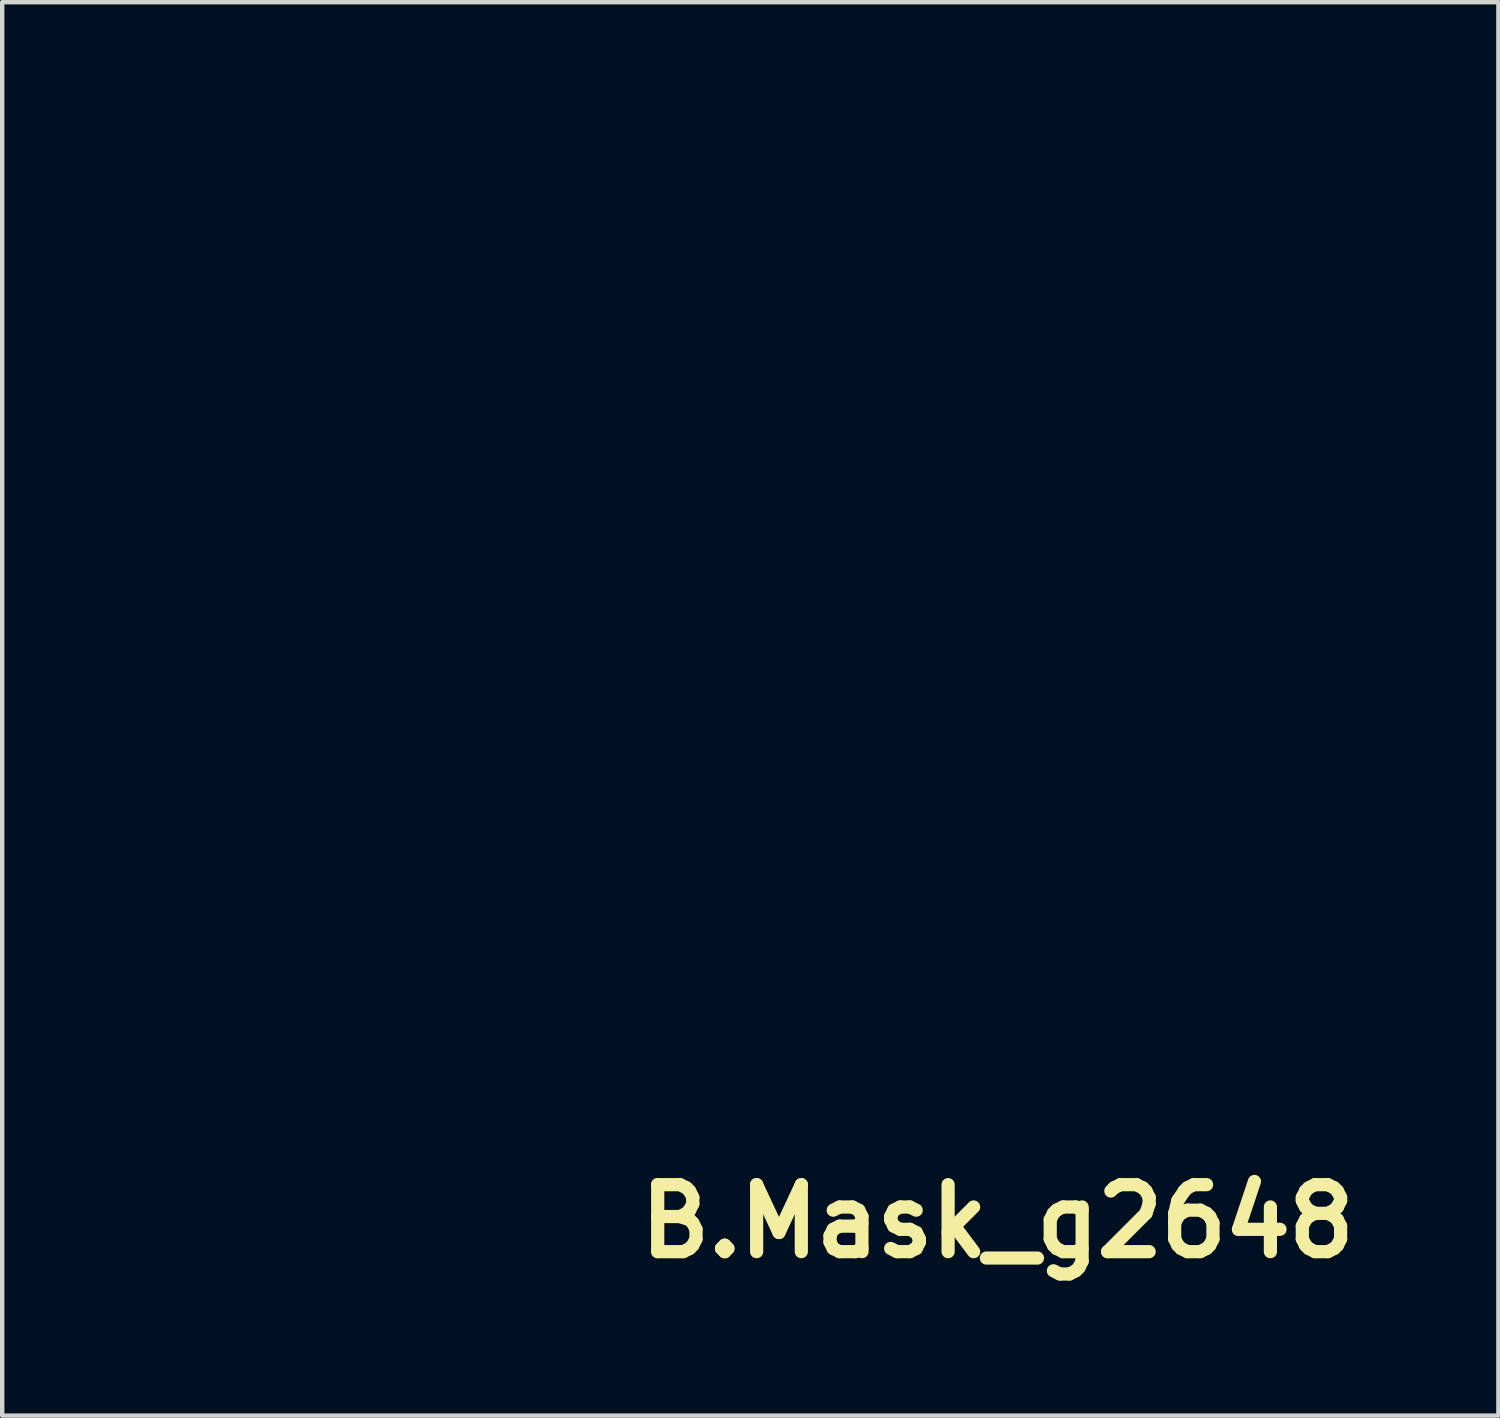
<source format=kicad_pcb>
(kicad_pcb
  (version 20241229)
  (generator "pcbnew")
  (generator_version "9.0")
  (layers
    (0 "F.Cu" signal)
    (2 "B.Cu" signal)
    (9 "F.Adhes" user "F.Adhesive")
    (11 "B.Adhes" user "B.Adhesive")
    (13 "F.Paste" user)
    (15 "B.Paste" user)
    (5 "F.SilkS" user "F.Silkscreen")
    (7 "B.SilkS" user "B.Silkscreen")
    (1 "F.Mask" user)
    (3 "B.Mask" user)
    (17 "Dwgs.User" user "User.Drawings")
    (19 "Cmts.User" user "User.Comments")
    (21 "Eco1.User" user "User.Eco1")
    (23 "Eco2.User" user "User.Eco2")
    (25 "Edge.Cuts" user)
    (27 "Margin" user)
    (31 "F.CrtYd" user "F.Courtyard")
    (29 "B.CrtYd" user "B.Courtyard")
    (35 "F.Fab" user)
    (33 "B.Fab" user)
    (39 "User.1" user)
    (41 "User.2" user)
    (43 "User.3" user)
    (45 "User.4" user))
  (footprint "B.Mask_g2648"
    (layer "F.Cu")
    (at 19.636 24.725)
    (property "Reference" "B.Mask_g2648" (at 0 0 0) (layer "F.SilkS") (effects (font (size 1.524 1.524) (thickness 0.3))))
    (attr through_hole)
    (fp_poly (pts (xy -17.959 -21.626) (xy -17.952 -21.552) (xy -17.952 -21.485) (xy -17.953 -21.472) (xy -17.959 -21.439) (xy -17.973 -21.42) (xy -18.006 -21.409) (xy -18.066 -21.402) (xy -18.105 -21.399) (xy -18.187 -21.397) (xy -18.24 -21.401) (xy -18.258 -21.41) (xy -18.262 -21.441) (xy -18.268 -21.501) (xy -18.272 -21.562) (xy -18.275 -21.633) (xy -18.272 -21.673) (xy -18.258 -21.693) (xy -18.229 -21.702) (xy -18.218 -21.705) (xy -18.155 -21.713) (xy -18.08 -21.717) (xy -18.064 -21.717) (xy -17.973 -21.717) (xy -17.959 -21.626)) (stroke (width 0.01) (type solid)) (fill yes) (layer "B.Mask"))
    (fp_poly (pts (xy -17.58 -24.106) (xy -17.579 -24.106) (xy -17.575 -24.083) (xy -17.569 -24.024) (xy -17.56 -23.935) (xy -17.55 -23.821) (xy -17.539 -23.689) (xy -17.527 -23.544) (xy -17.515 -23.393) (xy -17.503 -23.241) (xy -17.492 -23.094) (xy -17.482 -22.958) (xy -17.474 -22.838) (xy -17.468 -22.742) (xy -17.465 -22.674) (xy -17.464 -22.641) (xy -17.465 -22.639) (xy -17.489 -22.632) (xy -17.544 -22.623) (xy -17.616 -22.615) (xy -17.696 -22.609) (xy -17.742 -22.611) (xy -17.763 -22.622) (xy -17.767 -22.63) (xy -17.771 -22.658) (xy -17.777 -22.722) (xy -17.786 -22.818) (xy -17.796 -22.939) (xy -17.807 -23.079) (xy -17.819 -23.234) (xy -17.822 -23.262) (xy -17.834 -23.424) (xy -17.846 -23.577) (xy -17.857 -23.715) (xy -17.866 -23.831) (xy -17.874 -23.919) (xy -17.879 -23.971) (xy -17.879 -23.974) (xy -17.891 -24.083) (xy -17.739 -24.098) (xy -17.664 -24.105) (xy -17.607 -24.107) (xy -17.58 -24.106)) (stroke (width 0.01) (type solid)) (fill yes) (layer "B.Mask"))
    (fp_poly (pts (xy -16.888 -22.924) (xy -16.869 -22.698) (xy -16.852 -22.482) (xy -16.836 -22.281) (xy -16.822 -22.098) (xy -16.809 -21.938) (xy -16.799 -21.804) (xy -16.792 -21.701) (xy -16.788 -21.634) (xy -16.786 -21.608) (xy -16.785 -21.51) (xy -16.896 -21.498) (xy -16.972 -21.49) (xy -17.071 -21.482) (xy -17.173 -21.473) (xy -17.189 -21.472) (xy -17.372 -21.459) (xy -17.385 -21.54) (xy -17.394 -21.619) (xy -17.399 -21.698) (xy -17.399 -21.701) (xy -17.399 -21.78) (xy -17.288 -21.781) (xy -17.219 -21.785) (xy -17.164 -21.794) (xy -17.146 -21.8) (xy -17.14 -21.809) (xy -17.136 -21.829) (xy -17.133 -21.862) (xy -17.133 -21.913) (xy -17.136 -21.984) (xy -17.141 -22.078) (xy -17.149 -22.199) (xy -17.16 -22.35) (xy -17.174 -22.534) (xy -17.191 -22.755) (xy -17.208 -22.964) (xy -17.225 -23.18) (xy -17.241 -23.383) (xy -17.255 -23.57) (xy -17.266 -23.735) (xy -17.276 -23.877) (xy -17.282 -23.99) (xy -17.286 -24.071) (xy -17.287 -24.115) (xy -17.286 -24.123) (xy -17.259 -24.13) (xy -17.202 -24.136) (xy -17.13 -24.139) (xy -16.988 -24.141) (xy -16.888 -22.924)) (stroke (width 0.01) (type solid)) (fill yes) (layer "B.Mask"))
    (fp_poly (pts (xy -18.164 -24.056) (xy -18.161 -24.034) (xy -18.155 -23.974) (xy -18.146 -23.883) (xy -18.135 -23.764) (xy -18.123 -23.623) (xy -18.11 -23.465) (xy -18.095 -23.295) (xy -18.08 -23.117) (xy -18.066 -22.936) (xy -18.051 -22.758) (xy -18.038 -22.588) (xy -18.025 -22.43) (xy -18.015 -22.29) (xy -18.006 -22.172) (xy -18 -22.081) (xy -17.996 -22.023) (xy -17.996 -22.002) (xy -18.017 -21.999) (xy -18.073 -21.993) (xy -18.156 -21.985) (xy -18.257 -21.976) (xy -18.369 -21.966) (xy -18.485 -21.955) (xy -18.596 -21.946) (xy -18.694 -21.938) (xy -18.772 -21.932) (xy -18.823 -21.929) (xy -18.834 -21.929) (xy -18.849 -21.91) (xy -18.858 -21.862) (xy -18.859 -21.799) (xy -18.853 -21.732) (xy -18.846 -21.701) (xy -18.837 -21.676) (xy -18.818 -21.663) (xy -18.781 -21.66) (xy -18.714 -21.665) (xy -18.691 -21.667) (xy -18.548 -21.68) (xy -18.537 -21.524) (xy -18.532 -21.448) (xy -18.529 -21.392) (xy -18.528 -21.366) (xy -18.528 -21.365) (xy -18.549 -21.363) (xy -18.602 -21.358) (xy -18.675 -21.352) (xy -18.684 -21.351) (xy -18.836 -21.339) (xy -18.851 -21.488) (xy -18.865 -21.637) (xy -18.961 -21.624) (xy -19.028 -21.616) (xy -19.083 -21.612) (xy -19.095 -21.611) (xy -19.116 -21.607) (xy -19.126 -21.59) (xy -19.128 -21.551) (xy -19.123 -21.48) (xy -19.121 -21.463) (xy -19.115 -21.386) (xy -19.115 -21.341) (xy -19.123 -21.321) (xy -19.143 -21.315) (xy -19.158 -21.315) (xy -19.209 -21.312) (xy -19.28 -21.306) (xy -19.32 -21.301) (xy -19.431 -21.288) (xy -19.431 -21.37) (xy -19.435 -21.45) (xy -19.444 -21.53) (xy -19.445 -21.532) (xy -19.458 -21.611) (xy -19.373 -21.611) (xy -19.298 -21.615) (xy -19.228 -21.623) (xy -19.222 -21.624) (xy -19.156 -21.638) (xy -19.17 -21.783) (xy -19.183 -21.929) (xy -19.069 -21.93) (xy -19.008 -21.931) (xy -18.963 -21.934) (xy -18.932 -21.945) (xy -18.912 -21.969) (xy -18.903 -22.013) (xy -18.902 -22.08) (xy -18.908 -22.178) (xy -18.918 -22.31) (xy -18.923 -22.366) (xy -18.933 -22.493) (xy -18.936 -22.521) (xy -18.621 -22.521) (xy -18.62 -22.498) (xy -18.618 -22.493) (xy -18.611 -22.443) (xy -18.606 -22.375) (xy -18.606 -22.355) (xy -18.605 -22.262) (xy -18.479 -22.271) (xy -18.409 -22.278) (xy -18.358 -22.287) (xy -18.339 -22.294) (xy -18.334 -22.32) (xy -18.335 -22.376) (xy -18.34 -22.43) (xy -18.354 -22.553) (xy -18.492 -22.546) (xy -18.566 -22.541) (xy -18.606 -22.534) (xy -18.621 -22.521) (xy -18.936 -22.521) (xy -18.944 -22.605) (xy -18.954 -22.695) (xy -18.962 -22.758) (xy -18.968 -22.785) (xy -18.968 -22.785) (xy -18.993 -22.789) (xy -19.052 -22.788) (xy -19.136 -22.784) (xy -19.237 -22.777) (xy -19.251 -22.775) (xy -19.354 -22.768) (xy -19.44 -22.763) (xy -19.503 -22.762) (xy -19.532 -22.764) (xy -19.533 -22.765) (xy -19.541 -22.791) (xy -19.548 -22.847) (xy -19.554 -22.921) (xy -19.554 -22.922) (xy -19.562 -23.066) (xy -19.364 -23.08) (xy -19.318 -23.084) (xy -18.664 -23.084) (xy -18.661 -23.031) (xy -18.656 -22.973) (xy -18.643 -22.847) (xy -18.513 -22.856) (xy -18.444 -22.861) (xy -18.395 -22.867) (xy -18.378 -22.87) (xy -18.377 -22.891) (xy -18.381 -22.943) (xy -18.387 -23.007) (xy -18.4 -23.141) (xy -18.528 -23.127) (xy -18.596 -23.119) (xy -18.645 -23.111) (xy -18.662 -23.107) (xy -18.664 -23.084) (xy -19.318 -23.084) (xy -19.264 -23.088) (xy -19.169 -23.097) (xy -19.094 -23.104) (xy -19.074 -23.107) (xy -18.982 -23.119) (xy -18.996 -23.281) (xy -19.004 -23.379) (xy -19.014 -23.48) (xy -19.022 -23.556) (xy -19.031 -23.635) (xy -18.711 -23.635) (xy -18.707 -23.562) (xy -18.698 -23.498) (xy -18.688 -23.46) (xy -18.669 -23.439) (xy -18.633 -23.433) (xy -18.569 -23.438) (xy -18.518 -23.444) (xy -18.426 -23.457) (xy -18.433 -23.594) (xy -18.438 -23.668) (xy -18.445 -23.708) (xy -18.458 -23.723) (xy -18.481 -23.721) (xy -18.486 -23.72) (xy -18.536 -23.712) (xy -18.604 -23.707) (xy -18.621 -23.707) (xy -18.678 -23.705) (xy -18.704 -23.693) (xy -18.711 -23.661) (xy -18.711 -23.635) (xy -19.031 -23.635) (xy -19.034 -23.669) (xy -19.27 -23.655) (xy -19.371 -23.649) (xy -19.462 -23.642) (xy -19.53 -23.635) (xy -19.561 -23.631) (xy -19.59 -23.627) (xy -19.607 -23.634) (xy -19.617 -23.662) (xy -19.622 -23.718) (xy -19.626 -23.774) (xy -19.63 -23.85) (xy -19.631 -23.908) (xy -19.63 -23.936) (xy -19.63 -23.937) (xy -19.608 -23.941) (xy -19.549 -23.947) (xy -19.461 -23.956) (xy -19.348 -23.966) (xy -19.216 -23.978) (xy -19.071 -23.99) (xy -18.92 -24.002) (xy -18.768 -24.015) (xy -18.621 -24.026) (xy -18.485 -24.036) (xy -18.365 -24.045) (xy -18.269 -24.052) (xy -18.2 -24.055) (xy -18.167 -24.056) (xy -18.164 -24.056)) (stroke (width 0.01) (type solid)) (fill yes) (layer "B.Mask"))
    (fp_poly (pts (xy -9.96 -24.72) (xy -9.958 -24.698) (xy -9.952 -24.638) (xy -9.943 -24.545) (xy -9.933 -24.423) (xy -9.92 -24.277) (xy -9.906 -24.11) (xy -9.891 -23.927) (xy -9.875 -23.732) (xy -9.858 -23.531) (xy -9.842 -23.326) (xy -9.825 -23.124) (xy -9.809 -22.927) (xy -9.795 -22.74) (xy -9.781 -22.569) (xy -9.769 -22.416) (xy -9.76 -22.287) (xy -9.752 -22.186) (xy -9.748 -22.116) (xy -9.746 -22.084) (xy -9.746 -22.082) (xy -9.769 -22.078) (xy -9.824 -22.071) (xy -9.902 -22.064) (xy -9.994 -22.057) (xy -10.092 -22.049) (xy -10.184 -22.043) (xy -10.262 -22.038) (xy -10.317 -22.036) (xy -10.338 -22.037) (xy -10.344 -22.061) (xy -10.352 -22.115) (xy -10.36 -22.189) (xy -10.361 -22.198) (xy -10.376 -22.35) (xy -10.231 -22.356) (xy -10.086 -22.363) (xy -10.093 -22.49) (xy -10.099 -22.558) (xy -10.105 -22.608) (xy -10.109 -22.625) (xy -10.131 -22.626) (xy -10.188 -22.624) (xy -10.271 -22.62) (xy -10.372 -22.613) (xy -10.482 -22.605) (xy -10.595 -22.597) (xy -10.703 -22.588) (xy -10.796 -22.579) (xy -10.858 -22.573) (xy -10.954 -22.561) (xy -10.932 -22.274) (xy -10.923 -22.142) (xy -10.921 -22.051) (xy -10.924 -21.997) (xy -10.932 -21.981) (xy -10.963 -21.976) (xy -11.023 -21.97) (xy -11.084 -21.966) (xy -11.215 -21.958) (xy -11.226 -22.023) (xy -11.232 -22.071) (xy -11.24 -22.149) (xy -11.247 -22.245) (xy -11.252 -22.317) (xy -11.267 -22.546) (xy -11.354 -22.535) (xy -11.405 -22.529) (xy -11.488 -22.522) (xy -11.595 -22.513) (xy -11.715 -22.503) (xy -11.786 -22.498) (xy -12.132 -22.472) (xy -12.121 -22.407) (xy -12.114 -22.358) (xy -12.107 -22.28) (xy -12.1 -22.184) (xy -12.095 -22.117) (xy -12.081 -21.893) (xy -12.195 -21.879) (xy -12.284 -21.869) (xy -12.339 -21.867) (xy -12.371 -21.874) (xy -12.386 -21.892) (xy -12.392 -21.913) (xy -12.397 -21.949) (xy -12.404 -22.021) (xy -12.413 -22.124) (xy -12.425 -22.256) (xy -12.438 -22.41) (xy -12.452 -22.582) (xy -12.467 -22.769) (xy -12.482 -22.966) (xy -12.498 -23.168) (xy -12.511 -23.341) (xy -12.197 -23.341) (xy -12.184 -23.191) (xy -12.174 -23.09) (xy -12.165 -22.984) (xy -12.158 -22.913) (xy -12.146 -22.786) (xy -11.736 -22.818) (xy -11.609 -22.829) (xy -11.496 -22.84) (xy -11.405 -22.85) (xy -11.341 -22.858) (xy -11.313 -22.864) (xy -11.312 -22.865) (xy -11.309 -22.89) (xy -11.309 -22.947) (xy -11.312 -23.027) (xy -11.317 -23.118) (xy -11.324 -23.21) (xy -11.333 -23.295) (xy -11.341 -23.36) (xy -11.349 -23.398) (xy -11.351 -23.402) (xy -11.375 -23.404) (xy -11.434 -23.403) (xy -11.52 -23.4) (xy -11.624 -23.394) (xy -11.741 -23.385) (xy -11.861 -23.376) (xy -11.978 -23.365) (xy -12.083 -23.354) (xy -12.197 -23.341) (xy -12.511 -23.341) (xy -12.513 -23.37) (xy -12.518 -23.443) (xy -11.032 -23.443) (xy -11.02 -23.337) (xy -11.012 -23.263) (xy -11.003 -23.166) (xy -10.995 -23.066) (xy -10.994 -23.056) (xy -10.985 -22.967) (xy -10.976 -22.914) (xy -10.962 -22.888) (xy -10.946 -22.881) (xy -10.914 -22.883) (xy -10.848 -22.888) (xy -10.755 -22.896) (xy -10.644 -22.906) (xy -10.562 -22.913) (xy -10.442 -22.923) (xy -10.335 -22.932) (xy -10.248 -22.939) (xy -10.189 -22.944) (xy -10.17 -22.944) (xy -10.153 -22.946) (xy -10.142 -22.956) (xy -10.136 -22.98) (xy -10.136 -23.025) (xy -10.14 -23.098) (xy -10.148 -23.206) (xy -10.149 -23.218) (xy -10.158 -23.321) (xy -10.167 -23.408) (xy -10.175 -23.47) (xy -10.181 -23.5) (xy -10.181 -23.501) (xy -10.205 -23.502) (xy -10.264 -23.5) (xy -10.352 -23.495) (xy -10.462 -23.488) (xy -10.589 -23.478) (xy -10.612 -23.477) (xy -11.032 -23.443) (xy -12.518 -23.443) (xy -12.528 -23.569) (xy -12.542 -23.76) (xy -12.555 -23.939) (xy -12.566 -24.101) (xy -12.575 -24.225) (xy -12.245 -24.225) (xy -12.24 -23.992) (xy -12.236 -23.864) (xy -12.23 -23.773) (xy -12.222 -23.713) (xy -12.209 -23.679) (xy -12.193 -23.665) (xy -12.186 -23.664) (xy -12.157 -23.666) (xy -12.094 -23.671) (xy -12.002 -23.678) (xy -11.89 -23.687) (xy -11.769 -23.697) (xy -11.645 -23.708) (xy -11.537 -23.718) (xy -11.451 -23.727) (xy -11.393 -23.733) (xy -11.371 -23.737) (xy -11.371 -23.759) (xy -11.374 -23.813) (xy -11.379 -23.89) (xy -11.386 -23.979) (xy -11.393 -24.073) (xy -11.401 -24.16) (xy -11.408 -24.232) (xy -11.41 -24.248) (xy -11.086 -24.248) (xy -11.085 -24.17) (xy -11.08 -24.076) (xy -11.072 -23.974) (xy -11.061 -23.874) (xy -11.056 -23.838) (xy -11.046 -23.781) (xy -11.031 -23.757) (xy -11.003 -23.755) (xy -10.988 -23.757) (xy -10.949 -23.763) (xy -10.876 -23.77) (xy -10.777 -23.778) (xy -10.662 -23.787) (xy -10.583 -23.793) (xy -10.466 -23.803) (xy -10.362 -23.812) (xy -10.282 -23.822) (xy -10.23 -23.83) (xy -10.216 -23.834) (xy -10.213 -23.859) (xy -10.212 -23.915) (xy -10.215 -23.994) (xy -10.22 -24.085) (xy -10.227 -24.179) (xy -10.235 -24.264) (xy -10.243 -24.332) (xy -10.25 -24.372) (xy -10.253 -24.378) (xy -10.275 -24.379) (xy -10.333 -24.376) (xy -10.42 -24.371) (xy -10.529 -24.363) (xy -10.653 -24.353) (xy -10.66 -24.353) (xy -10.786 -24.343) (xy -10.898 -24.334) (xy -10.988 -24.327) (xy -11.051 -24.322) (xy -11.078 -24.321) (xy -11.078 -24.32) (xy -11.084 -24.301) (xy -11.086 -24.248) (xy -11.41 -24.248) (xy -11.414 -24.278) (xy -11.416 -24.29) (xy -11.437 -24.289) (xy -11.494 -24.285) (xy -11.58 -24.278) (xy -11.689 -24.27) (xy -11.814 -24.26) (xy -11.832 -24.258) (xy -12.245 -24.225) (xy -12.575 -24.225) (xy -12.576 -24.241) (xy -12.583 -24.356) (xy -12.588 -24.44) (xy -12.59 -24.49) (xy -12.589 -24.502) (xy -12.566 -24.506) (xy -12.506 -24.513) (xy -12.412 -24.522) (xy -12.29 -24.533) (xy -12.143 -24.547) (xy -11.975 -24.562) (xy -11.792 -24.577) (xy -11.598 -24.594) (xy -11.396 -24.611) (xy -11.192 -24.628) (xy -10.99 -24.644) (xy -10.794 -24.66) (xy -10.608 -24.675) (xy -10.437 -24.688) (xy -10.286 -24.7) (xy -10.158 -24.709) (xy -10.059 -24.716) (xy -9.992 -24.72) (xy -9.962 -24.72) (xy -9.96 -24.72)) (stroke (width 0.01) (type solid)) (fill yes) (layer "B.Mask"))
    (fp_poly (pts (xy -14.046 -24.252) (xy -14.033 -24.105) (xy -14.023 -23.994) (xy -14.015 -23.916) (xy -14.008 -23.863) (xy -14 -23.832) (xy -13.991 -23.817) (xy -13.98 -23.812) (xy -13.964 -23.812) (xy -13.951 -23.813) (xy -13.892 -23.816) (xy -13.822 -23.825) (xy -13.817 -23.826) (xy -13.737 -23.839) (xy -13.764 -24.13) (xy -13.682 -24.13) (xy -13.603 -24.134) (xy -13.526 -24.143) (xy -13.523 -24.143) (xy -13.447 -24.156) (xy -13.432 -23.947) (xy -13.425 -23.844) (xy -13.416 -23.746) (xy -13.409 -23.666) (xy -13.406 -23.641) (xy -13.394 -23.544) (xy -13.535 -23.532) (xy -13.607 -23.525) (xy -13.661 -23.519) (xy -13.683 -23.513) (xy -13.684 -23.491) (xy -13.681 -23.432) (xy -13.675 -23.342) (xy -13.667 -23.227) (xy -13.657 -23.092) (xy -13.645 -22.945) (xy -13.599 -22.384) (xy -13.457 -22.39) (xy -13.385 -22.393) (xy -13.333 -22.393) (xy -13.312 -22.39) (xy -13.312 -22.39) (xy -13.306 -22.359) (xy -13.3 -22.297) (xy -13.292 -22.214) (xy -13.285 -22.119) (xy -13.278 -22.022) (xy -13.273 -21.932) (xy -13.269 -21.859) (xy -13.268 -21.811) (xy -13.27 -21.799) (xy -13.296 -21.79) (xy -13.352 -21.783) (xy -13.423 -21.777) (xy -13.565 -21.768) (xy -13.576 -21.833) (xy -13.581 -21.88) (xy -13.589 -21.958) (xy -13.596 -22.054) (xy -13.601 -22.127) (xy -13.616 -22.357) (xy -13.711 -22.344) (xy -13.779 -22.336) (xy -13.836 -22.331) (xy -13.849 -22.331) (xy -13.87 -22.328) (xy -13.882 -22.313) (xy -13.884 -22.276) (xy -13.879 -22.209) (xy -13.876 -22.183) (xy -13.87 -22.102) (xy -13.872 -22.055) (xy -13.882 -22.036) (xy -13.889 -22.034) (xy -13.919 -22.032) (xy -13.983 -22.027) (xy -14.074 -22.02) (xy -14.185 -22.011) (xy -14.277 -22.003) (xy -14.399 -21.993) (xy -14.51 -21.984) (xy -14.601 -21.977) (xy -14.664 -21.972) (xy -14.687 -21.971) (xy -14.713 -21.969) (xy -14.727 -21.956) (xy -14.732 -21.924) (xy -14.731 -21.863) (xy -14.728 -21.823) (xy -14.727 -21.739) (xy -14.732 -21.687) (xy -14.742 -21.674) (xy -14.768 -21.672) (xy -14.831 -21.667) (xy -14.924 -21.659) (xy -15.042 -21.649) (xy -15.18 -21.638) (xy -15.331 -21.625) (xy -15.332 -21.625) (xy -15.531 -21.61) (xy -15.687 -21.599) (xy -15.802 -21.594) (xy -15.875 -21.593) (xy -15.906 -21.598) (xy -15.907 -21.6) (xy -15.911 -21.628) (xy -15.917 -21.689) (xy -15.925 -21.775) (xy -15.934 -21.88) (xy -15.943 -21.994) (xy -15.952 -22.112) (xy -15.955 -22.153) (xy -15.636 -22.153) (xy -15.634 -22.1) (xy -15.629 -22.043) (xy -15.616 -21.918) (xy -15.338 -21.939) (xy -15.06 -21.96) (xy -15.067 -22.087) (xy -15.073 -22.156) (xy -15.078 -22.205) (xy -15.082 -22.222) (xy -15.105 -22.224) (xy -15.161 -22.222) (xy -15.238 -22.217) (xy -15.329 -22.211) (xy -15.422 -22.203) (xy -15.509 -22.195) (xy -15.579 -22.187) (xy -15.623 -22.181) (xy -15.633 -22.178) (xy -15.636 -22.153) (xy -15.955 -22.153) (xy -15.96 -22.224) (xy -15.968 -22.324) (xy -15.973 -22.403) (xy -15.975 -22.454) (xy -15.975 -22.47) (xy -15.958 -22.472) (xy -14.78 -22.472) (xy -14.778 -22.414) (xy -14.771 -22.288) (xy -14.647 -22.288) (xy -14.578 -22.292) (xy -14.527 -22.301) (xy -14.509 -22.311) (xy -14.503 -22.344) (xy -14.505 -22.403) (xy -14.509 -22.449) (xy -14.523 -22.564) (xy -14.612 -22.563) (xy -14.697 -22.561) (xy -14.748 -22.55) (xy -14.773 -22.523) (xy -14.78 -22.472) (xy -15.958 -22.472) (xy -15.954 -22.473) (xy -15.897 -22.478) (xy -15.811 -22.486) (xy -15.704 -22.495) (xy -15.58 -22.506) (xy -15.448 -22.517) (xy -15.314 -22.528) (xy -15.185 -22.538) (xy -15.067 -22.548) (xy -14.967 -22.555) (xy -14.891 -22.561) (xy -14.847 -22.564) (xy -14.84 -22.564) (xy -14.827 -22.571) (xy -14.201 -22.571) (xy -14.198 -22.519) (xy -14.192 -22.456) (xy -14.177 -22.325) (xy -14.051 -22.337) (xy -13.983 -22.344) (xy -13.935 -22.351) (xy -13.918 -22.355) (xy -13.917 -22.379) (xy -13.918 -22.432) (xy -13.922 -22.491) (xy -13.932 -22.619) (xy -14.062 -22.61) (xy -14.132 -22.604) (xy -14.182 -22.598) (xy -14.2 -22.594) (xy -14.201 -22.571) (xy -14.827 -22.571) (xy -14.824 -22.573) (xy -14.818 -22.605) (xy -14.82 -22.669) (xy -14.822 -22.692) (xy -14.83 -22.762) (xy -14.838 -22.812) (xy -14.843 -22.83) (xy -14.866 -22.831) (xy -14.925 -22.828) (xy -15.014 -22.823) (xy -15.128 -22.815) (xy -15.261 -22.805) (xy -15.358 -22.797) (xy -15.54 -22.781) (xy -15.684 -22.769) (xy -15.794 -22.761) (xy -15.876 -22.757) (xy -15.934 -22.759) (xy -15.971 -22.766) (xy -15.993 -22.781) (xy -16.004 -22.802) (xy -16.009 -22.832) (xy -16.011 -22.87) (xy -16.014 -22.894) (xy -16.02 -22.983) (xy -16.014 -23.034) (xy -16.004 -23.049) (xy -15.977 -23.055) (xy -15.914 -23.063) (xy -15.821 -23.073) (xy -15.705 -23.083) (xy -15.571 -23.095) (xy -15.488 -23.101) (xy -15.344 -23.112) (xy -15.209 -23.123) (xy -15.091 -23.133) (xy -14.998 -23.141) (xy -14.936 -23.148) (xy -14.919 -23.15) (xy -14.841 -23.161) (xy -14.826 -23.009) (xy -14.811 -22.857) (xy -14.713 -22.869) (xy -14.657 -22.874) (xy -14.569 -22.882) (xy -14.46 -22.892) (xy -14.34 -22.901) (xy -14.293 -22.905) (xy -13.97 -22.93) (xy -13.972 -23.038) (xy -13.974 -23.118) (xy -13.98 -23.209) (xy -13.987 -23.301) (xy -13.996 -23.383) (xy -14.004 -23.446) (xy -14.012 -23.48) (xy -14.013 -23.482) (xy -14.036 -23.482) (xy -14.096 -23.479) (xy -14.191 -23.474) (xy -14.315 -23.465) (xy -14.465 -23.454) (xy -14.636 -23.442) (xy -14.825 -23.427) (xy -15.026 -23.411) (xy -15.029 -23.411) (xy -15.23 -23.395) (xy -15.419 -23.38) (xy -15.59 -23.366) (xy -15.74 -23.355) (xy -15.864 -23.346) (xy -15.958 -23.34) (xy -16.018 -23.336) (xy -16.04 -23.336) (xy -16.04 -23.336) (xy -16.046 -23.36) (xy -16.053 -23.416) (xy -16.062 -23.494) (xy -16.07 -23.584) (xy -16.077 -23.676) (xy -16.083 -23.76) (xy -16.086 -23.827) (xy -16.086 -23.839) (xy -16.085 -23.9) (xy -16.076 -23.929) (xy -16.05 -23.939) (xy -16.015 -23.939) (xy -15.94 -23.944) (xy -15.875 -23.953) (xy -15.806 -23.967) (xy -15.832 -24.251) (xy -15.669 -24.265) (xy -15.563 -24.274) (xy -15.449 -24.284) (xy -15.362 -24.292) (xy -15.219 -24.305) (xy -15.219 -24.233) (xy -15.215 -24.16) (xy -15.206 -24.084) (xy -15.205 -24.084) (xy -15.193 -24.006) (xy -15.047 -24.018) (xy -14.901 -24.03) (xy -14.901 -23.937) (xy -14.898 -23.867) (xy -14.89 -23.806) (xy -14.887 -23.794) (xy -14.874 -23.744) (xy -14.618 -23.759) (xy -14.517 -23.766) (xy -14.432 -23.775) (xy -14.371 -23.784) (xy -14.343 -23.792) (xy -14.343 -23.792) (xy -14.337 -23.82) (xy -14.336 -23.883) (xy -14.339 -23.974) (xy -14.347 -24.08) (xy -14.355 -24.183) (xy -14.36 -24.269) (xy -14.362 -24.331) (xy -14.36 -24.361) (xy -14.359 -24.362) (xy -14.334 -24.369) (xy -14.278 -24.377) (xy -14.204 -24.384) (xy -14.203 -24.384) (xy -14.059 -24.395) (xy -14.046 -24.252)) (stroke (width 0.01) (type solid)) (fill yes) (layer "B.Mask")))
  (gr_rect
    (start -3 -3)
    (end 31.026 29.143)
    (stroke (width 0.1) (type default))
    (fill no)
    (layer "Edge.Cuts")))
</source>
